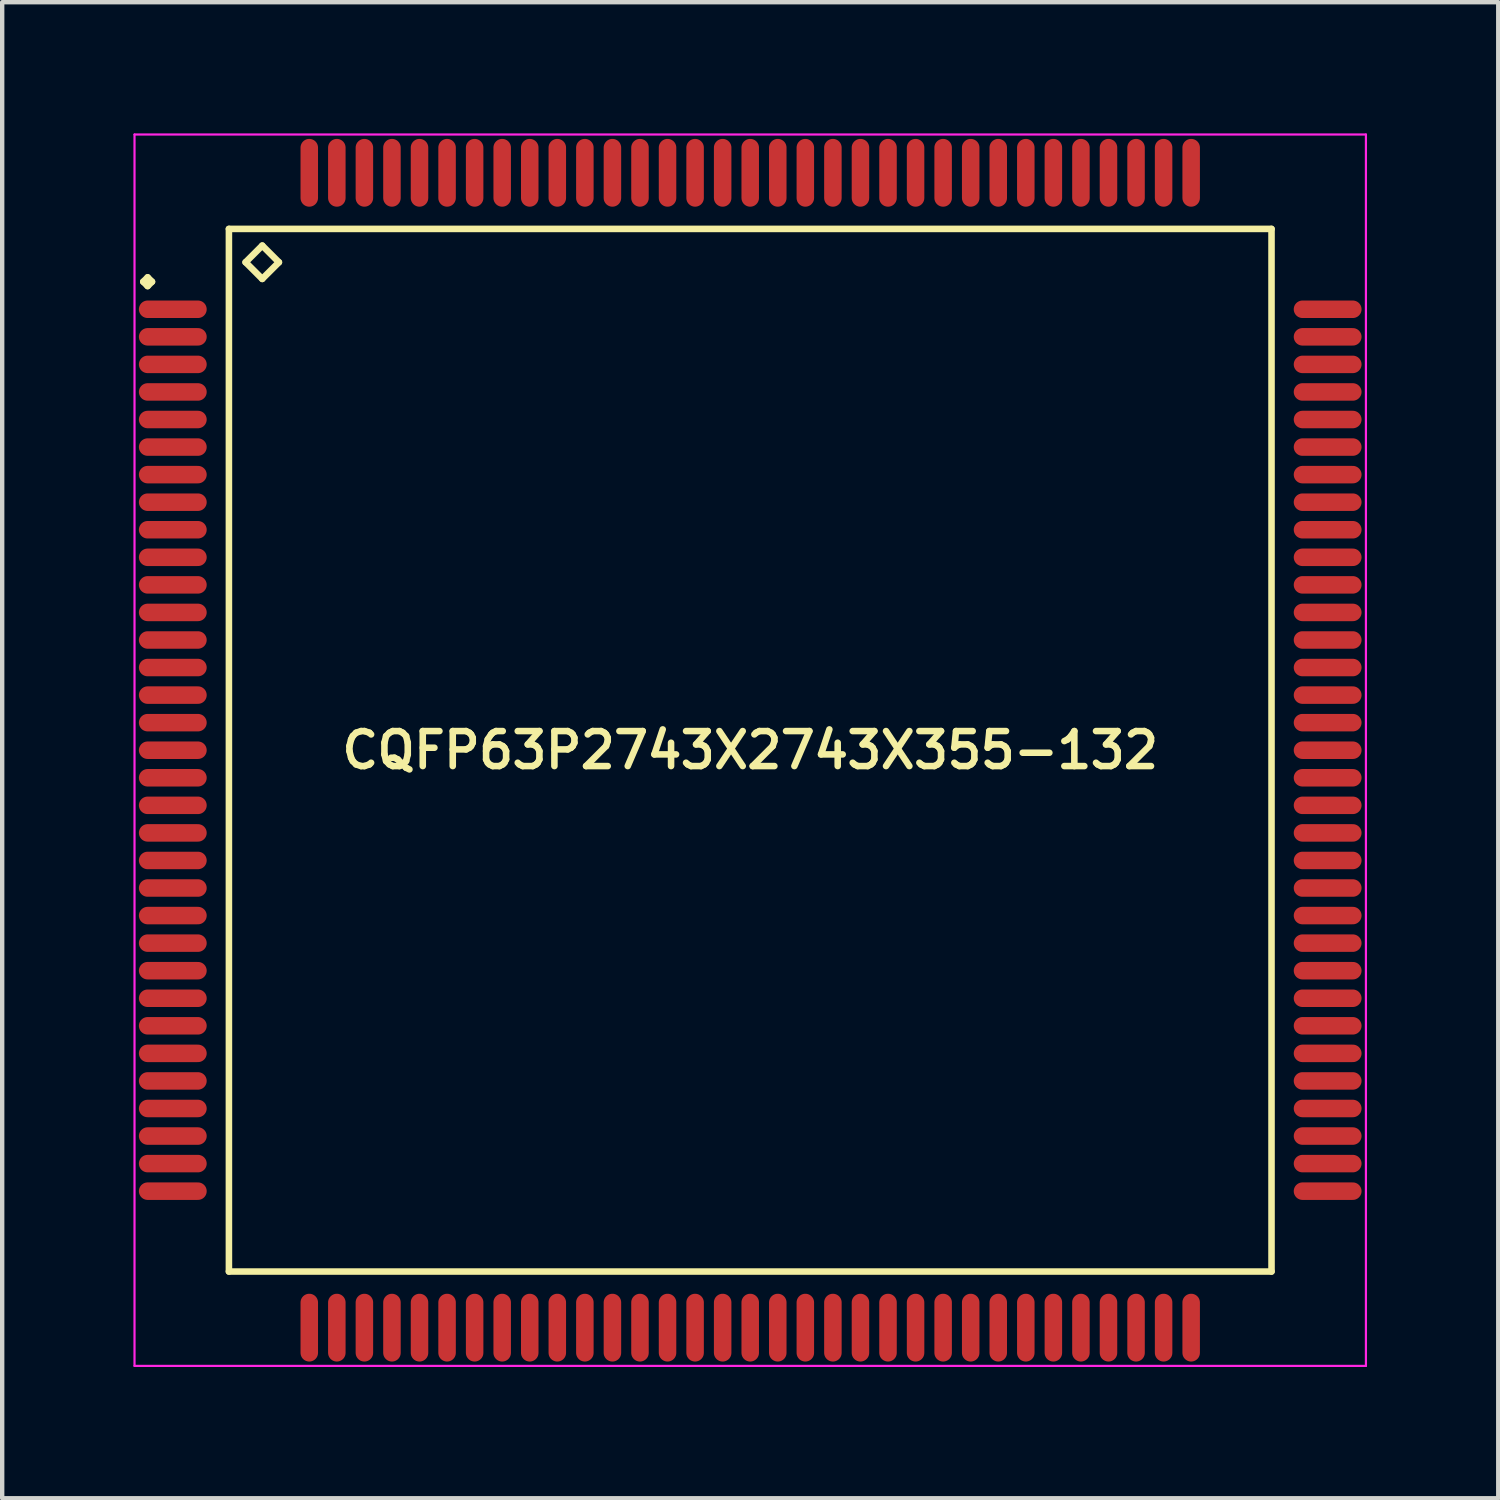
<source format=kicad_pcb>
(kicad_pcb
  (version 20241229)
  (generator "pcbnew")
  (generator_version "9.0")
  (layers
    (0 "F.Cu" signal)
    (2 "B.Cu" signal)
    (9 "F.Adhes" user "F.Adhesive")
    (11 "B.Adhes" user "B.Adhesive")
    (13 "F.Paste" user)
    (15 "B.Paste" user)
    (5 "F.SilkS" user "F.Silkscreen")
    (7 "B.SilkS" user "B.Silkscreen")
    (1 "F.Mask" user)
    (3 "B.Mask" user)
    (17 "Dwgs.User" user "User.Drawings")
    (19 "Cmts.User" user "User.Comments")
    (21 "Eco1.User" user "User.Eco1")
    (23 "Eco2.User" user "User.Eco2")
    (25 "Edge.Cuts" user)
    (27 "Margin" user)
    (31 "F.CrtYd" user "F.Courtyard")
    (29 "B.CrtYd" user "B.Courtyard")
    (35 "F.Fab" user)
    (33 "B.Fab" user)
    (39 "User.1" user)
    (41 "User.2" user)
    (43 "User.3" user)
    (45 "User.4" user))
  (footprint "CQFP63P2743X2743X355-132"
    (layer "F.Cu")
    (at 14.1 14.1)
    (property "Reference" "CQFP63P2743X2743X355-132" (at 0 0 0) (layer "F.SilkS") (effects (font (size 0.8 0.8) (thickness 0.15))))
    (attr smd)
    (fp_line (start -13.875 -10.71) (end -13.775 -10.81) (stroke (width 0.15) (type solid)) (layer "F.SilkS"))
    (fp_line (start -13.775 -10.81) (end -13.675 -10.71) (stroke (width 0.15) (type solid)) (layer "F.SilkS"))
    (fp_line (start -13.775 -10.61) (end -13.875 -10.71) (stroke (width 0.15) (type solid)) (layer "F.SilkS"))
    (fp_line (start -13.675 -10.71) (end -13.775 -10.61) (stroke (width 0.15) (type solid)) (layer "F.SilkS"))
    (fp_line (start -11.917 -11.917) (end -11.917 11.917) (stroke (width 0.15) (type solid)) (layer "F.SilkS"))
    (fp_line (start -11.917 11.917) (end 11.917 11.917) (stroke (width 0.15) (type solid)) (layer "F.SilkS"))
    (fp_line (start -11.536 -11.155) (end -11.155 -11.536) (stroke (width 0.15) (type solid)) (layer "F.SilkS"))
    (fp_line (start -11.155 -11.536) (end -10.774 -11.155) (stroke (width 0.15) (type solid)) (layer "F.SilkS"))
    (fp_line (start -11.155 -10.774) (end -11.536 -11.155) (stroke (width 0.15) (type solid)) (layer "F.SilkS"))
    (fp_line (start -10.774 -11.155) (end -11.155 -10.774) (stroke (width 0.15) (type solid)) (layer "F.SilkS"))
    (fp_line (start 11.917 -11.917) (end -11.917 -11.917) (stroke (width 0.15) (type solid)) (layer "F.SilkS"))
    (fp_line (start 11.917 11.917) (end 11.917 -11.917) (stroke (width 0.15) (type solid)) (layer "F.SilkS"))
    (fp_line (start -14.075 -14.075) (end 14.075 -14.075) (stroke (width 0.05) (type solid)) (layer "F.CrtYd"))
    (fp_line (start -14.075 14.075) (end -14.075 -14.075) (stroke (width 0.05) (type solid)) (layer "F.CrtYd"))
    (fp_line (start 14.075 -14.075) (end 14.075 14.075) (stroke (width 0.05) (type solid)) (layer "F.CrtYd"))
    (fp_line (start 14.075 14.075) (end -14.075 14.075) (stroke (width 0.05) (type solid)) (layer "F.CrtYd"))
    (pad "1" smd oval (at -13.2 -10.08) (size 1.55 0.4) (layers "F.Cu" "F.Mask" "F.Paste"))
    (pad "2" smd oval (at -13.2 -9.45) (size 1.55 0.4) (layers "F.Cu" "F.Mask" "F.Paste"))
    (pad "3" smd oval (at -13.2 -8.82) (size 1.55 0.4) (layers "F.Cu" "F.Mask" "F.Paste"))
    (pad "4" smd oval (at -13.2 -8.19) (size 1.55 0.4) (layers "F.Cu" "F.Mask" "F.Paste"))
    (pad "5" smd oval (at -13.2 -7.56) (size 1.55 0.4) (layers "F.Cu" "F.Mask" "F.Paste"))
    (pad "6" smd oval (at -13.2 -6.93) (size 1.55 0.4) (layers "F.Cu" "F.Mask" "F.Paste"))
    (pad "7" smd oval (at -13.2 -6.3) (size 1.55 0.4) (layers "F.Cu" "F.Mask" "F.Paste"))
    (pad "8" smd oval (at -13.2 -5.67) (size 1.55 0.4) (layers "F.Cu" "F.Mask" "F.Paste"))
    (pad "9" smd oval (at -13.2 -5.04) (size 1.55 0.4) (layers "F.Cu" "F.Mask" "F.Paste"))
    (pad "10" smd oval (at -13.2 -4.41) (size 1.55 0.4) (layers "F.Cu" "F.Mask" "F.Paste"))
    (pad "11" smd oval (at -13.2 -3.78) (size 1.55 0.4) (layers "F.Cu" "F.Mask" "F.Paste"))
    (pad "12" smd oval (at -13.2 -3.15) (size 1.55 0.4) (layers "F.Cu" "F.Mask" "F.Paste"))
    (pad "13" smd oval (at -13.2 -2.52) (size 1.55 0.4) (layers "F.Cu" "F.Mask" "F.Paste"))
    (pad "14" smd oval (at -13.2 -1.89) (size 1.55 0.4) (layers "F.Cu" "F.Mask" "F.Paste"))
    (pad "15" smd oval (at -13.2 -1.26) (size 1.55 0.4) (layers "F.Cu" "F.Mask" "F.Paste"))
    (pad "16" smd oval (at -13.2 -0.63) (size 1.55 0.4) (layers "F.Cu" "F.Mask" "F.Paste"))
    (pad "17" smd oval (at -13.2 0) (size 1.55 0.4) (layers "F.Cu" "F.Mask" "F.Paste"))
    (pad "18" smd oval (at -13.2 0.63) (size 1.55 0.4) (layers "F.Cu" "F.Mask" "F.Paste"))
    (pad "19" smd oval (at -13.2 1.26) (size 1.55 0.4) (layers "F.Cu" "F.Mask" "F.Paste"))
    (pad "20" smd oval (at -13.2 1.89) (size 1.55 0.4) (layers "F.Cu" "F.Mask" "F.Paste"))
    (pad "21" smd oval (at -13.2 2.52) (size 1.55 0.4) (layers "F.Cu" "F.Mask" "F.Paste"))
    (pad "22" smd oval (at -13.2 3.15) (size 1.55 0.4) (layers "F.Cu" "F.Mask" "F.Paste"))
    (pad "23" smd oval (at -13.2 3.78) (size 1.55 0.4) (layers "F.Cu" "F.Mask" "F.Paste"))
    (pad "24" smd oval (at -13.2 4.41) (size 1.55 0.4) (layers "F.Cu" "F.Mask" "F.Paste"))
    (pad "25" smd oval (at -13.2 5.04) (size 1.55 0.4) (layers "F.Cu" "F.Mask" "F.Paste"))
    (pad "26" smd oval (at -13.2 5.67) (size 1.55 0.4) (layers "F.Cu" "F.Mask" "F.Paste"))
    (pad "27" smd oval (at -13.2 6.3) (size 1.55 0.4) (layers "F.Cu" "F.Mask" "F.Paste"))
    (pad "28" smd oval (at -13.2 6.93) (size 1.55 0.4) (layers "F.Cu" "F.Mask" "F.Paste"))
    (pad "29" smd oval (at -13.2 7.56) (size 1.55 0.4) (layers "F.Cu" "F.Mask" "F.Paste"))
    (pad "30" smd oval (at -13.2 8.19) (size 1.55 0.4) (layers "F.Cu" "F.Mask" "F.Paste"))
    (pad "31" smd oval (at -13.2 8.82) (size 1.55 0.4) (layers "F.Cu" "F.Mask" "F.Paste"))
    (pad "32" smd oval (at -13.2 9.45) (size 1.55 0.4) (layers "F.Cu" "F.Mask" "F.Paste"))
    (pad "33" smd oval (at -13.2 10.08) (size 1.55 0.4) (layers "F.Cu" "F.Mask" "F.Paste"))
    (pad "34" smd oval (at -10.08 13.2) (size 0.4 1.55) (layers "F.Cu" "F.Mask" "F.Paste"))
    (pad "35" smd oval (at -9.45 13.2) (size 0.4 1.55) (layers "F.Cu" "F.Mask" "F.Paste"))
    (pad "36" smd oval (at -8.82 13.2) (size 0.4 1.55) (layers "F.Cu" "F.Mask" "F.Paste"))
    (pad "37" smd oval (at -8.19 13.2) (size 0.4 1.55) (layers "F.Cu" "F.Mask" "F.Paste"))
    (pad "38" smd oval (at -7.56 13.2) (size 0.4 1.55) (layers "F.Cu" "F.Mask" "F.Paste"))
    (pad "39" smd oval (at -6.93 13.2) (size 0.4 1.55) (layers "F.Cu" "F.Mask" "F.Paste"))
    (pad "40" smd oval (at -6.3 13.2) (size 0.4 1.55) (layers "F.Cu" "F.Mask" "F.Paste"))
    (pad "41" smd oval (at -5.67 13.2) (size 0.4 1.55) (layers "F.Cu" "F.Mask" "F.Paste"))
    (pad "42" smd oval (at -5.04 13.2) (size 0.4 1.55) (layers "F.Cu" "F.Mask" "F.Paste"))
    (pad "43" smd oval (at -4.41 13.2) (size 0.4 1.55) (layers "F.Cu" "F.Mask" "F.Paste"))
    (pad "44" smd oval (at -3.78 13.2) (size 0.4 1.55) (layers "F.Cu" "F.Mask" "F.Paste"))
    (pad "45" smd oval (at -3.15 13.2) (size 0.4 1.55) (layers "F.Cu" "F.Mask" "F.Paste"))
    (pad "46" smd oval (at -2.52 13.2) (size 0.4 1.55) (layers "F.Cu" "F.Mask" "F.Paste"))
    (pad "47" smd oval (at -1.89 13.2) (size 0.4 1.55) (layers "F.Cu" "F.Mask" "F.Paste"))
    (pad "48" smd oval (at -1.26 13.2) (size 0.4 1.55) (layers "F.Cu" "F.Mask" "F.Paste"))
    (pad "49" smd oval (at -0.63 13.2) (size 0.4 1.55) (layers "F.Cu" "F.Mask" "F.Paste"))
    (pad "50" smd oval (at 0 13.2) (size 0.4 1.55) (layers "F.Cu" "F.Mask" "F.Paste"))
    (pad "51" smd oval (at 0.63 13.2) (size 0.4 1.55) (layers "F.Cu" "F.Mask" "F.Paste"))
    (pad "52" smd oval (at 1.26 13.2) (size 0.4 1.55) (layers "F.Cu" "F.Mask" "F.Paste"))
    (pad "53" smd oval (at 1.89 13.2) (size 0.4 1.55) (layers "F.Cu" "F.Mask" "F.Paste"))
    (pad "54" smd oval (at 2.52 13.2) (size 0.4 1.55) (layers "F.Cu" "F.Mask" "F.Paste"))
    (pad "55" smd oval (at 3.15 13.2) (size 0.4 1.55) (layers "F.Cu" "F.Mask" "F.Paste"))
    (pad "56" smd oval (at 3.78 13.2) (size 0.4 1.55) (layers "F.Cu" "F.Mask" "F.Paste"))
    (pad "57" smd oval (at 4.41 13.2) (size 0.4 1.55) (layers "F.Cu" "F.Mask" "F.Paste"))
    (pad "58" smd oval (at 5.04 13.2) (size 0.4 1.55) (layers "F.Cu" "F.Mask" "F.Paste"))
    (pad "59" smd oval (at 5.67 13.2) (size 0.4 1.55) (layers "F.Cu" "F.Mask" "F.Paste"))
    (pad "60" smd oval (at 6.3 13.2) (size 0.4 1.55) (layers "F.Cu" "F.Mask" "F.Paste"))
    (pad "61" smd oval (at 6.93 13.2) (size 0.4 1.55) (layers "F.Cu" "F.Mask" "F.Paste"))
    (pad "62" smd oval (at 7.56 13.2) (size 0.4 1.55) (layers "F.Cu" "F.Mask" "F.Paste"))
    (pad "63" smd oval (at 8.19 13.2) (size 0.4 1.55) (layers "F.Cu" "F.Mask" "F.Paste"))
    (pad "64" smd oval (at 8.82 13.2) (size 0.4 1.55) (layers "F.Cu" "F.Mask" "F.Paste"))
    (pad "65" smd oval (at 9.45 13.2) (size 0.4 1.55) (layers "F.Cu" "F.Mask" "F.Paste"))
    (pad "66" smd oval (at 10.08 13.2) (size 0.4 1.55) (layers "F.Cu" "F.Mask" "F.Paste"))
    (pad "67" smd oval (at 13.2 10.08) (size 1.55 0.4) (layers "F.Cu" "F.Mask" "F.Paste"))
    (pad "68" smd oval (at 13.2 9.45) (size 1.55 0.4) (layers "F.Cu" "F.Mask" "F.Paste"))
    (pad "69" smd oval (at 13.2 8.82) (size 1.55 0.4) (layers "F.Cu" "F.Mask" "F.Paste"))
    (pad "70" smd oval (at 13.2 8.19) (size 1.55 0.4) (layers "F.Cu" "F.Mask" "F.Paste"))
    (pad "71" smd oval (at 13.2 7.56) (size 1.55 0.4) (layers "F.Cu" "F.Mask" "F.Paste"))
    (pad "72" smd oval (at 13.2 6.93) (size 1.55 0.4) (layers "F.Cu" "F.Mask" "F.Paste"))
    (pad "73" smd oval (at 13.2 6.3) (size 1.55 0.4) (layers "F.Cu" "F.Mask" "F.Paste"))
    (pad "74" smd oval (at 13.2 5.67) (size 1.55 0.4) (layers "F.Cu" "F.Mask" "F.Paste"))
    (pad "75" smd oval (at 13.2 5.04) (size 1.55 0.4) (layers "F.Cu" "F.Mask" "F.Paste"))
    (pad "76" smd oval (at 13.2 4.41) (size 1.55 0.4) (layers "F.Cu" "F.Mask" "F.Paste"))
    (pad "77" smd oval (at 13.2 3.78) (size 1.55 0.4) (layers "F.Cu" "F.Mask" "F.Paste"))
    (pad "78" smd oval (at 13.2 3.15) (size 1.55 0.4) (layers "F.Cu" "F.Mask" "F.Paste"))
    (pad "79" smd oval (at 13.2 2.52) (size 1.55 0.4) (layers "F.Cu" "F.Mask" "F.Paste"))
    (pad "80" smd oval (at 13.2 1.89) (size 1.55 0.4) (layers "F.Cu" "F.Mask" "F.Paste"))
    (pad "81" smd oval (at 13.2 1.26) (size 1.55 0.4) (layers "F.Cu" "F.Mask" "F.Paste"))
    (pad "82" smd oval (at 13.2 0.63) (size 1.55 0.4) (layers "F.Cu" "F.Mask" "F.Paste"))
    (pad "83" smd oval (at 13.2 0) (size 1.55 0.4) (layers "F.Cu" "F.Mask" "F.Paste"))
    (pad "84" smd oval (at 13.2 -0.63) (size 1.55 0.4) (layers "F.Cu" "F.Mask" "F.Paste"))
    (pad "85" smd oval (at 13.2 -1.26) (size 1.55 0.4) (layers "F.Cu" "F.Mask" "F.Paste"))
    (pad "86" smd oval (at 13.2 -1.89) (size 1.55 0.4) (layers "F.Cu" "F.Mask" "F.Paste"))
    (pad "87" smd oval (at 13.2 -2.52) (size 1.55 0.4) (layers "F.Cu" "F.Mask" "F.Paste"))
    (pad "88" smd oval (at 13.2 -3.15) (size 1.55 0.4) (layers "F.Cu" "F.Mask" "F.Paste"))
    (pad "89" smd oval (at 13.2 -3.78) (size 1.55 0.4) (layers "F.Cu" "F.Mask" "F.Paste"))
    (pad "90" smd oval (at 13.2 -4.41) (size 1.55 0.4) (layers "F.Cu" "F.Mask" "F.Paste"))
    (pad "91" smd oval (at 13.2 -5.04) (size 1.55 0.4) (layers "F.Cu" "F.Mask" "F.Paste"))
    (pad "92" smd oval (at 13.2 -5.67) (size 1.55 0.4) (layers "F.Cu" "F.Mask" "F.Paste"))
    (pad "93" smd oval (at 13.2 -6.3) (size 1.55 0.4) (layers "F.Cu" "F.Mask" "F.Paste"))
    (pad "94" smd oval (at 13.2 -6.93) (size 1.55 0.4) (layers "F.Cu" "F.Mask" "F.Paste"))
    (pad "95" smd oval (at 13.2 -7.56) (size 1.55 0.4) (layers "F.Cu" "F.Mask" "F.Paste"))
    (pad "96" smd oval (at 13.2 -8.19) (size 1.55 0.4) (layers "F.Cu" "F.Mask" "F.Paste"))
    (pad "97" smd oval (at 13.2 -8.82) (size 1.55 0.4) (layers "F.Cu" "F.Mask" "F.Paste"))
    (pad "98" smd oval (at 13.2 -9.45) (size 1.55 0.4) (layers "F.Cu" "F.Mask" "F.Paste"))
    (pad "99" smd oval (at 13.2 -10.08) (size 1.55 0.4) (layers "F.Cu" "F.Mask" "F.Paste"))
    (pad "100" smd oval (at 10.08 -13.2) (size 0.4 1.55) (layers "F.Cu" "F.Mask" "F.Paste"))
    (pad "101" smd oval (at 9.45 -13.2) (size 0.4 1.55) (layers "F.Cu" "F.Mask" "F.Paste"))
    (pad "102" smd oval (at 8.82 -13.2) (size 0.4 1.55) (layers "F.Cu" "F.Mask" "F.Paste"))
    (pad "103" smd oval (at 8.19 -13.2) (size 0.4 1.55) (layers "F.Cu" "F.Mask" "F.Paste"))
    (pad "104" smd oval (at 7.56 -13.2) (size 0.4 1.55) (layers "F.Cu" "F.Mask" "F.Paste"))
    (pad "105" smd oval (at 6.93 -13.2) (size 0.4 1.55) (layers "F.Cu" "F.Mask" "F.Paste"))
    (pad "106" smd oval (at 6.3 -13.2) (size 0.4 1.55) (layers "F.Cu" "F.Mask" "F.Paste"))
    (pad "107" smd oval (at 5.67 -13.2) (size 0.4 1.55) (layers "F.Cu" "F.Mask" "F.Paste"))
    (pad "108" smd oval (at 5.04 -13.2) (size 0.4 1.55) (layers "F.Cu" "F.Mask" "F.Paste"))
    (pad "109" smd oval (at 4.41 -13.2) (size 0.4 1.55) (layers "F.Cu" "F.Mask" "F.Paste"))
    (pad "110" smd oval (at 3.78 -13.2) (size 0.4 1.55) (layers "F.Cu" "F.Mask" "F.Paste"))
    (pad "111" smd oval (at 3.15 -13.2) (size 0.4 1.55) (layers "F.Cu" "F.Mask" "F.Paste"))
    (pad "112" smd oval (at 2.52 -13.2) (size 0.4 1.55) (layers "F.Cu" "F.Mask" "F.Paste"))
    (pad "113" smd oval (at 1.89 -13.2) (size 0.4 1.55) (layers "F.Cu" "F.Mask" "F.Paste"))
    (pad "114" smd oval (at 1.26 -13.2) (size 0.4 1.55) (layers "F.Cu" "F.Mask" "F.Paste"))
    (pad "115" smd oval (at 0.63 -13.2) (size 0.4 1.55) (layers "F.Cu" "F.Mask" "F.Paste"))
    (pad "116" smd oval (at 0 -13.2) (size 0.4 1.55) (layers "F.Cu" "F.Mask" "F.Paste"))
    (pad "117" smd oval (at -0.63 -13.2) (size 0.4 1.55) (layers "F.Cu" "F.Mask" "F.Paste"))
    (pad "118" smd oval (at -1.26 -13.2) (size 0.4 1.55) (layers "F.Cu" "F.Mask" "F.Paste"))
    (pad "119" smd oval (at -1.89 -13.2) (size 0.4 1.55) (layers "F.Cu" "F.Mask" "F.Paste"))
    (pad "120" smd oval (at -2.52 -13.2) (size 0.4 1.55) (layers "F.Cu" "F.Mask" "F.Paste"))
    (pad "121" smd oval (at -3.15 -13.2) (size 0.4 1.55) (layers "F.Cu" "F.Mask" "F.Paste"))
    (pad "122" smd oval (at -3.78 -13.2) (size 0.4 1.55) (layers "F.Cu" "F.Mask" "F.Paste"))
    (pad "123" smd oval (at -4.41 -13.2) (size 0.4 1.55) (layers "F.Cu" "F.Mask" "F.Paste"))
    (pad "124" smd oval (at -5.04 -13.2) (size 0.4 1.55) (layers "F.Cu" "F.Mask" "F.Paste"))
    (pad "125" smd oval (at -5.67 -13.2) (size 0.4 1.55) (layers "F.Cu" "F.Mask" "F.Paste"))
    (pad "126" smd oval (at -6.3 -13.2) (size 0.4 1.55) (layers "F.Cu" "F.Mask" "F.Paste"))
    (pad "127" smd oval (at -6.93 -13.2) (size 0.4 1.55) (layers "F.Cu" "F.Mask" "F.Paste"))
    (pad "128" smd oval (at -7.56 -13.2) (size 0.4 1.55) (layers "F.Cu" "F.Mask" "F.Paste"))
    (pad "129" smd oval (at -8.19 -13.2) (size 0.4 1.55) (layers "F.Cu" "F.Mask" "F.Paste"))
    (pad "130" smd oval (at -8.82 -13.2) (size 0.4 1.55) (layers "F.Cu" "F.Mask" "F.Paste"))
    (pad "131" smd oval (at -9.45 -13.2) (size 0.4 1.55) (layers "F.Cu" "F.Mask" "F.Paste"))
    (pad "132" smd oval (at -10.08 -13.2) (size 0.4 1.55) (layers "F.Cu" "F.Mask" "F.Paste")))
  (gr_rect
    (start -3 -3)
    (end 31.2 31.2)
    (stroke (width 0.1) (type default))
    (fill no)
    (layer "Edge.Cuts")))
</source>
